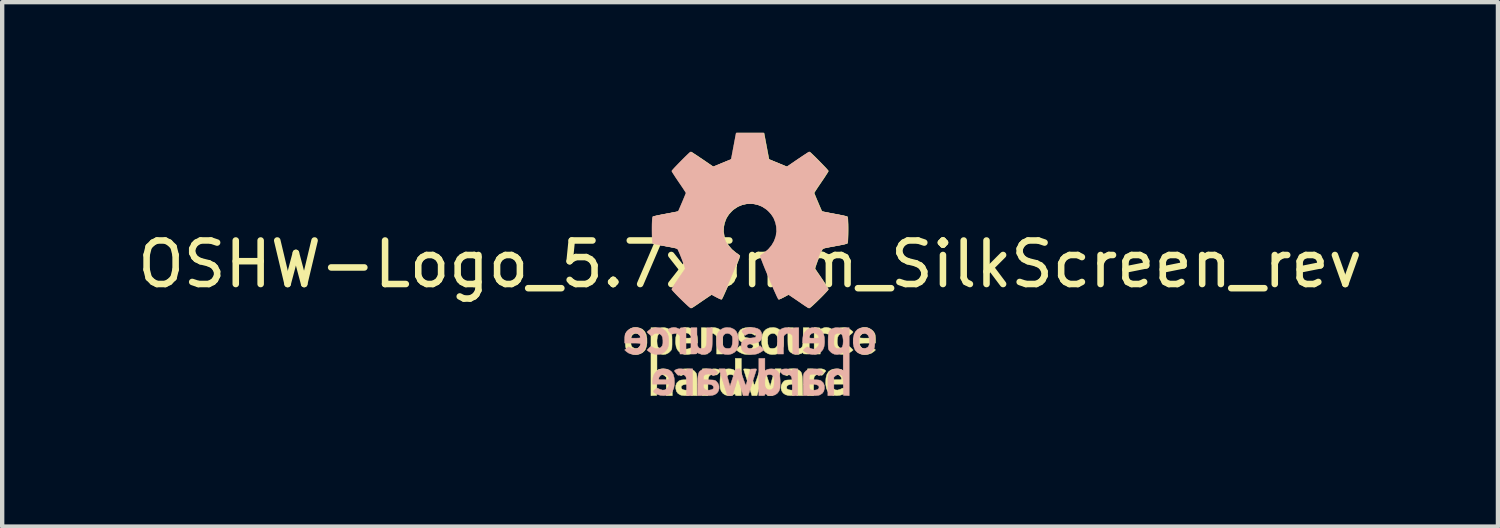
<source format=kicad_pcb>
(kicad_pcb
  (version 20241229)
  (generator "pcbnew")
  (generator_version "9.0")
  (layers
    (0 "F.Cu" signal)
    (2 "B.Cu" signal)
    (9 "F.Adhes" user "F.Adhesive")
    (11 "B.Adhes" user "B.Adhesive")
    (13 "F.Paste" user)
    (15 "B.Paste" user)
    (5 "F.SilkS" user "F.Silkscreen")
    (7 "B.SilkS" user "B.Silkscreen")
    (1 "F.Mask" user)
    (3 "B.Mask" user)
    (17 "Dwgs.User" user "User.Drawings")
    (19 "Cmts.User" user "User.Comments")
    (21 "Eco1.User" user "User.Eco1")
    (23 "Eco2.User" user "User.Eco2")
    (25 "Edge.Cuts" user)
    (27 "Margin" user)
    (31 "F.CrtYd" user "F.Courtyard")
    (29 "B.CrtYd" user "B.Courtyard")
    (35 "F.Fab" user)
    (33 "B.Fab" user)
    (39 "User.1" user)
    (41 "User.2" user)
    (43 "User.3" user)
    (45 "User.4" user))
  (footprint "OSHW-Logo_5.7x6mm_SilkScreen_rev"
    (layer "F.Cu")
    (at 14.173 3.017)
    (property "Reference" "OSHW-Logo_5.7x6mm_SilkScreen_rev" (at 0 0 0) (layer "F.SilkS") (effects (font (size 1 1) (thickness 0.15))))
    (attr exclude_from_pos_files exclude_from_bom)
    (fp_poly (pts (xy 1.799 1.458) (xy 1.843 1.471) (xy 1.871 1.488) (xy 1.88 1.501) (xy 1.877 1.517) (xy 1.861 1.541) (xy 1.847 1.559) (xy 1.819 1.59) (xy 1.798 1.604) (xy 1.78 1.603) (xy 1.726 1.589) (xy 1.687 1.59) (xy 1.655 1.605) (xy 1.644 1.614) (xy 1.61 1.646) (xy 1.61 2.062) (xy 1.471 2.062) (xy 1.471 1.459) (xy 1.54 1.459) (xy 1.582 1.46) (xy 1.603 1.466) (xy 1.61 1.477) (xy 1.61 1.478) (xy 1.612 1.49) (xy 1.626 1.488) (xy 1.644 1.48) (xy 1.682 1.464) (xy 1.713 1.454) (xy 1.753 1.451) (xy 1.799 1.458)) (stroke (width 0.01) (type solid)) (fill yes) (layer "F.SilkS"))
    (fp_poly (pts (xy 1.635 2.401) (xy 1.684 2.411) (xy 1.711 2.425) (xy 1.74 2.449) (xy 1.699 2.501) (xy 1.673 2.532) (xy 1.656 2.547) (xy 1.639 2.55) (xy 1.614 2.542) (xy 1.602 2.538) (xy 1.554 2.532) (xy 1.51 2.545) (xy 1.478 2.576) (xy 1.473 2.585) (xy 1.467 2.611) (xy 1.463 2.659) (xy 1.46 2.725) (xy 1.459 2.806) (xy 1.459 2.817) (xy 1.459 3.018) (xy 1.32 3.018) (xy 1.32 2.402) (xy 1.389 2.402) (xy 1.429 2.403) (xy 1.45 2.407) (xy 1.458 2.418) (xy 1.459 2.428) (xy 1.459 2.454) (xy 1.492 2.428) (xy 1.53 2.41) (xy 1.581 2.401) (xy 1.635 2.401)) (stroke (width 0.01) (type solid)) (fill yes) (layer "F.SilkS"))
    (fp_poly (pts (xy -0.993 2.403) (xy -0.975 2.409) (xy -0.968 2.421) (xy -0.968 2.427) (xy -0.967 2.442) (xy -0.96 2.445) (xy -0.939 2.434) (xy -0.927 2.427) (xy -0.889 2.411) (xy -0.844 2.403) (xy -0.797 2.403) (xy -0.752 2.409) (xy -0.716 2.42) (xy -0.693 2.436) (xy -0.688 2.456) (xy -0.69 2.462) (xy -0.707 2.485) (xy -0.733 2.513) (xy -0.738 2.517) (xy -0.762 2.538) (xy -0.784 2.545) (xy -0.814 2.54) (xy -0.826 2.537) (xy -0.863 2.529) (xy -0.889 2.533) (xy -0.911 2.545) (xy -0.931 2.561) (xy -0.946 2.581) (xy -0.956 2.609) (xy -0.963 2.648) (xy -0.967 2.704) (xy -0.968 2.779) (xy -0.968 2.824) (xy -0.968 3.018) (xy -1.094 3.018) (xy -1.094 2.402) (xy -1.031 2.402) (xy -0.993 2.403)) (stroke (width 0.01) (type solid)) (fill yes) (layer "F.SilkS"))
    (fp_poly (pts (xy 0.993 1.654) (xy 0.995 1.747) (xy 0.999 1.817) (xy 1.008 1.867) (xy 1.022 1.902) (xy 1.042 1.923) (xy 1.071 1.933) (xy 1.107 1.936) (xy 1.144 1.933) (xy 1.172 1.922) (xy 1.192 1.9) (xy 1.206 1.865) (xy 1.214 1.814) (xy 1.219 1.742) (xy 1.22 1.654) (xy 1.22 1.459) (xy 1.358 1.459) (xy 1.358 2.062) (xy 1.289 2.062) (xy 1.247 2.06) (xy 1.226 2.055) (xy 1.22 2.043) (xy 1.216 2.033) (xy 1.202 2.035) (xy 1.173 2.05) (xy 1.106 2.071) (xy 1.036 2.07) (xy 0.968 2.046) (xy 0.936 2.027) (xy 0.912 2.007) (xy 0.894 1.982) (xy 0.881 1.947) (xy 0.874 1.901) (xy 0.87 1.839) (xy 0.868 1.758) (xy 0.868 1.695) (xy 0.868 1.459) (xy 0.993 1.459) (xy 0.993 1.654)) (stroke (width 0.01) (type solid)) (fill yes) (layer "F.SilkS"))
    (fp_poly (pts (xy -0.754 1.469) (xy -0.723 1.484) (xy -0.692 1.506) (xy -0.669 1.53) (xy -0.652 1.562) (xy -0.641 1.604) (xy -0.634 1.66) (xy -0.63 1.734) (xy -0.629 1.829) (xy -0.629 1.839) (xy -0.629 2.062) (xy -0.767 2.062) (xy -0.767 1.856) (xy -0.767 1.78) (xy -0.768 1.725) (xy -0.77 1.687) (xy -0.773 1.661) (xy -0.779 1.643) (xy -0.788 1.63) (xy -0.8 1.618) (xy -0.843 1.59) (xy -0.89 1.585) (xy -0.934 1.602) (xy -0.95 1.615) (xy -0.961 1.627) (xy -0.969 1.641) (xy -0.975 1.659) (xy -0.978 1.686) (xy -0.98 1.726) (xy -0.981 1.784) (xy -0.981 1.854) (xy -0.981 2.062) (xy -1.119 2.062) (xy -1.119 1.459) (xy -1.05 1.459) (xy -1.008 1.46) (xy -0.987 1.466) (xy -0.981 1.477) (xy -0.981 1.478) (xy -0.978 1.489) (xy -0.965 1.488) (xy -0.94 1.475) (xy -0.883 1.457) (xy -0.817 1.455) (xy -0.754 1.469)) (stroke (width 0.01) (type solid)) (fill yes) (layer "F.SilkS"))
    (fp_poly (pts (xy 2.217 1.464) (xy 2.29 1.495) (xy 2.313 1.51) (xy 2.342 1.533) (xy 2.361 1.551) (xy 2.364 1.557) (xy 2.355 1.57) (xy 2.332 1.593) (xy 2.313 1.608) (xy 2.263 1.649) (xy 2.223 1.615) (xy 2.192 1.594) (xy 2.162 1.586) (xy 2.127 1.588) (xy 2.073 1.602) (xy 2.035 1.63) (xy 2.012 1.675) (xy 2.002 1.741) (xy 2.002 1.741) (xy 2.002 1.815) (xy 2.016 1.869) (xy 2.044 1.906) (xy 2.063 1.918) (xy 2.114 1.934) (xy 2.168 1.934) (xy 2.215 1.919) (xy 2.226 1.911) (xy 2.253 1.893) (xy 2.275 1.889) (xy 2.299 1.903) (xy 2.325 1.929) (xy 2.366 1.971) (xy 2.32 2.008) (xy 2.25 2.051) (xy 2.17 2.072) (xy 2.087 2.07) (xy 2.033 2.056) (xy 1.969 2.022) (xy 1.918 1.968) (xy 1.895 1.93) (xy 1.876 1.876) (xy 1.867 1.806) (xy 1.867 1.731) (xy 1.876 1.659) (xy 1.894 1.599) (xy 1.897 1.593) (xy 1.94 1.532) (xy 1.998 1.488) (xy 2.067 1.461) (xy 2.141 1.453) (xy 2.217 1.464)) (stroke (width 0.01) (type solid)) (fill yes) (layer "F.SilkS"))
    (fp_poly (pts (xy 0.611 1.466) (xy 0.674 1.501) (xy 0.724 1.555) (xy 0.748 1.6) (xy 0.758 1.639) (xy 0.764 1.695) (xy 0.767 1.76) (xy 0.766 1.824) (xy 0.761 1.881) (xy 0.755 1.912) (xy 0.734 1.953) (xy 0.698 1.997) (xy 0.656 2.036) (xy 0.613 2.061) (xy 0.612 2.061) (xy 0.56 2.072) (xy 0.497 2.073) (xy 0.438 2.063) (xy 0.415 2.055) (xy 0.356 2.021) (xy 0.314 1.978) (xy 0.286 1.92) (xy 0.271 1.844) (xy 0.267 1.804) (xy 0.268 1.754) (xy 0.402 1.754) (xy 0.407 1.827) (xy 0.42 1.882) (xy 0.441 1.918) (xy 0.456 1.928) (xy 0.493 1.935) (xy 0.539 1.933) (xy 0.577 1.923) (xy 0.588 1.917) (xy 0.615 1.885) (xy 0.632 1.835) (xy 0.64 1.774) (xy 0.636 1.708) (xy 0.628 1.669) (xy 0.604 1.624) (xy 0.567 1.595) (xy 0.522 1.586) (xy 0.475 1.596) (xy 0.439 1.621) (xy 0.42 1.642) (xy 0.409 1.662) (xy 0.404 1.69) (xy 0.402 1.733) (xy 0.402 1.754) (xy 0.268 1.754) (xy 0.268 1.698) (xy 0.285 1.611) (xy 0.319 1.543) (xy 0.369 1.494) (xy 0.435 1.464) (xy 0.45 1.46) (xy 0.535 1.452) (xy 0.611 1.466)) (stroke (width 0.01) (type solid)) (fill yes) (layer "F.SilkS"))
    (fp_poly (pts (xy 0.282 2.404) (xy 0.331 2.408) (xy 0.461 2.798) (xy 0.482 2.729) (xy 0.494 2.686) (xy 0.51 2.628) (xy 0.528 2.565) (xy 0.537 2.531) (xy 0.571 2.402) (xy 0.714 2.402) (xy 0.672 2.537) (xy 0.651 2.603) (xy 0.625 2.684) (xy 0.599 2.767) (xy 0.575 2.842) (xy 0.521 3.012) (xy 0.463 3.015) (xy 0.404 3.019) (xy 0.373 2.915) (xy 0.353 2.85) (xy 0.332 2.778) (xy 0.313 2.715) (xy 0.313 2.713) (xy 0.299 2.67) (xy 0.286 2.641) (xy 0.278 2.63) (xy 0.276 2.631) (xy 0.27 2.648) (xy 0.258 2.685) (xy 0.242 2.736) (xy 0.224 2.798) (xy 0.214 2.832) (xy 0.159 3.018) (xy 0.043 3.018) (xy -0.049 2.725) (xy -0.075 2.643) (xy -0.099 2.569) (xy -0.119 2.506) (xy -0.135 2.457) (xy -0.145 2.426) (xy -0.148 2.417) (xy -0.146 2.407) (xy -0.127 2.403) (xy -0.087 2.404) (xy -0.081 2.404) (xy -0.008 2.408) (xy 0.04 2.584) (xy 0.058 2.648) (xy 0.073 2.705) (xy 0.086 2.748) (xy 0.094 2.775) (xy 0.095 2.779) (xy 0.101 2.774) (xy 0.113 2.749) (xy 0.13 2.706) (xy 0.15 2.65) (xy 0.167 2.599) (xy 0.232 2.401) (xy 0.282 2.404)) (stroke (width 0.01) (type solid)) (fill yes) (layer "F.SilkS"))
    (fp_poly (pts (xy -2.538 1.465) (xy -2.472 1.494) (xy -2.423 1.543) (xy -2.388 1.611) (xy -2.37 1.699) (xy -2.369 1.712) (xy -2.368 1.809) (xy -2.381 1.894) (xy -2.408 1.962) (xy -2.423 1.984) (xy -2.473 2.031) (xy -2.538 2.061) (xy -2.61 2.074) (xy -2.683 2.067) (xy -2.739 2.048) (xy -2.787 2.015) (xy -2.826 1.971) (xy -2.827 1.97) (xy -2.843 1.943) (xy -2.853 1.916) (xy -2.86 1.882) (xy -2.863 1.834) (xy -2.865 1.795) (xy -2.866 1.759) (xy -2.74 1.759) (xy -2.739 1.795) (xy -2.734 1.842) (xy -2.726 1.872) (xy -2.712 1.894) (xy -2.699 1.907) (xy -2.652 1.933) (xy -2.603 1.937) (xy -2.557 1.918) (xy -2.534 1.896) (xy -2.517 1.875) (xy -2.507 1.854) (xy -2.503 1.828) (xy -2.503 1.788) (xy -2.504 1.751) (xy -2.507 1.698) (xy -2.512 1.664) (xy -2.52 1.641) (xy -2.533 1.624) (xy -2.544 1.615) (xy -2.589 1.589) (xy -2.637 1.588) (xy -2.678 1.603) (xy -2.713 1.635) (xy -2.733 1.687) (xy -2.74 1.759) (xy -2.866 1.759) (xy -2.866 1.717) (xy -2.864 1.658) (xy -2.856 1.614) (xy -2.843 1.579) (xy -2.822 1.549) (xy -2.814 1.539) (xy -2.766 1.494) (xy -2.714 1.467) (xy -2.651 1.456) (xy -2.62 1.455) (xy -2.538 1.465)) (stroke (width 0.01) (type solid)) (fill yes) (layer "F.SilkS"))
    (fp_poly (pts (xy -0.201 3.018) (xy -0.27 3.018) (xy -0.31 3.017) (xy -0.331 3.012) (xy -0.339 3.001) (xy -0.34 2.994) (xy -0.341 2.98) (xy -0.349 2.977) (xy -0.37 2.986) (xy -0.386 2.994) (xy -0.449 3.014) (xy -0.517 3.015) (xy -0.573 3) (xy -0.624 2.965) (xy -0.664 2.913) (xy -0.685 2.851) (xy -0.686 2.848) (xy -0.689 2.811) (xy -0.691 2.757) (xy -0.691 2.716) (xy -0.553 2.716) (xy -0.55 2.77) (xy -0.543 2.815) (xy -0.533 2.84) (xy -0.496 2.874) (xy -0.452 2.887) (xy -0.407 2.877) (xy -0.368 2.847) (xy -0.353 2.827) (xy -0.345 2.803) (xy -0.34 2.768) (xy -0.34 2.716) (xy -0.341 2.664) (xy -0.346 2.619) (xy -0.353 2.588) (xy -0.354 2.585) (xy -0.38 2.553) (xy -0.42 2.535) (xy -0.463 2.532) (xy -0.504 2.545) (xy -0.534 2.573) (xy -0.537 2.578) (xy -0.547 2.612) (xy -0.552 2.661) (xy -0.553 2.716) (xy -0.691 2.716) (xy -0.691 2.696) (xy -0.69 2.663) (xy -0.684 2.581) (xy -0.671 2.52) (xy -0.649 2.474) (xy -0.618 2.441) (xy -0.587 2.421) (xy -0.544 2.407) (xy -0.491 2.402) (xy -0.436 2.406) (xy -0.39 2.418) (xy -0.365 2.433) (xy -0.34 2.456) (xy -0.34 2.163) (xy -0.201 2.163) (xy -0.201 3.018)) (stroke (width 0.01) (type solid)) (fill yes) (layer "F.SilkS"))
    (fp_poly (pts (xy 2.678 1.456) (xy 2.71 1.464) (xy 2.772 1.493) (xy 2.825 1.537) (xy 2.861 1.589) (xy 2.866 1.601) (xy 2.873 1.632) (xy 2.878 1.677) (xy 2.88 1.723) (xy 2.88 1.811) (xy 2.697 1.811) (xy 2.622 1.811) (xy 2.569 1.813) (xy 2.535 1.817) (xy 2.518 1.826) (xy 2.514 1.84) (xy 2.521 1.86) (xy 2.533 1.884) (xy 2.566 1.925) (xy 2.612 1.945) (xy 2.669 1.944) (xy 2.733 1.922) (xy 2.788 1.895) (xy 2.834 1.932) (xy 2.88 1.968) (xy 2.837 2.008) (xy 2.779 2.046) (xy 2.708 2.068) (xy 2.632 2.075) (xy 2.558 2.063) (xy 2.546 2.059) (xy 2.481 2.026) (xy 2.433 1.975) (xy 2.4 1.906) (xy 2.382 1.818) (xy 2.382 1.816) (xy 2.381 1.72) (xy 2.387 1.686) (xy 2.515 1.686) (xy 2.527 1.691) (xy 2.558 1.695) (xy 2.605 1.697) (xy 2.635 1.698) (xy 2.691 1.697) (xy 2.725 1.696) (xy 2.744 1.692) (xy 2.75 1.685) (xy 2.748 1.674) (xy 2.747 1.669) (xy 2.724 1.627) (xy 2.689 1.594) (xy 2.658 1.579) (xy 2.616 1.58) (xy 2.574 1.598) (xy 2.539 1.629) (xy 2.518 1.666) (xy 2.515 1.686) (xy 2.387 1.686) (xy 2.397 1.635) (xy 2.429 1.564) (xy 2.475 1.509) (xy 2.533 1.471) (xy 2.601 1.453) (xy 2.678 1.456)) (stroke (width 0.01) (type solid)) (fill yes) (layer "F.SilkS"))
    (fp_poly (pts (xy 0.014 1.456) (xy 0.062 1.465) (xy 0.111 1.484) (xy 0.116 1.487) (xy 0.154 1.506) (xy 0.18 1.525) (xy 0.188 1.537) (xy 0.18 1.556) (xy 0.161 1.584) (xy 0.152 1.594) (xy 0.117 1.636) (xy 0.071 1.609) (xy 0.027 1.591) (xy -0.023 1.581) (xy -0.071 1.581) (xy -0.109 1.59) (xy -0.117 1.595) (xy -0.135 1.621) (xy -0.137 1.651) (xy -0.124 1.674) (xy -0.116 1.679) (xy -0.094 1.684) (xy -0.054 1.691) (xy -0.005 1.697) (xy 0.004 1.698) (xy 0.083 1.712) (xy 0.14 1.735) (xy 0.178 1.77) (xy 0.199 1.818) (xy 0.206 1.878) (xy 0.197 1.945) (xy 0.167 1.998) (xy 0.117 2.037) (xy 0.047 2.061) (xy -0.031 2.071) (xy -0.095 2.071) (xy -0.147 2.062) (xy -0.182 2.05) (xy -0.227 2.029) (xy -0.268 2.005) (xy -0.283 1.994) (xy -0.321 1.963) (xy -0.275 1.917) (xy -0.23 1.871) (xy -0.178 1.905) (xy -0.126 1.931) (xy -0.071 1.944) (xy -0.017 1.946) (xy 0.028 1.935) (xy 0.06 1.914) (xy 0.07 1.895) (xy 0.069 1.865) (xy 0.043 1.843) (xy -0.007 1.827) (xy -0.061 1.82) (xy -0.145 1.806) (xy -0.207 1.78) (xy -0.248 1.741) (xy -0.27 1.688) (xy -0.273 1.625) (xy -0.258 1.56) (xy -0.225 1.51) (xy -0.171 1.476) (xy -0.099 1.458) (xy -0.045 1.455) (xy 0.014 1.456)) (stroke (width 0.01) (type solid)) (fill yes) (layer "F.SilkS"))
    (fp_poly (pts (xy 2.033 2.405) (xy 2.093 2.421) (xy 2.143 2.453) (xy 2.167 2.477) (xy 2.207 2.534) (xy 2.23 2.6) (xy 2.238 2.681) (xy 2.238 2.688) (xy 2.238 2.754) (xy 1.858 2.754) (xy 1.866 2.788) (xy 1.881 2.82) (xy 1.907 2.852) (xy 1.912 2.857) (xy 1.958 2.886) (xy 2.01 2.89) (xy 2.071 2.872) (xy 2.081 2.867) (xy 2.112 2.852) (xy 2.133 2.843) (xy 2.137 2.842) (xy 2.15 2.85) (xy 2.174 2.869) (xy 2.187 2.879) (xy 2.212 2.903) (xy 2.221 2.919) (xy 2.215 2.934) (xy 2.212 2.938) (xy 2.191 2.955) (xy 2.156 2.976) (xy 2.131 2.988) (xy 2.062 3.01) (xy 1.985 3.017) (xy 1.913 3.009) (xy 1.892 3.003) (xy 1.829 2.969) (xy 1.783 2.917) (xy 1.752 2.846) (xy 1.737 2.757) (xy 1.736 2.71) (xy 1.74 2.641) (xy 1.861 2.641) (xy 1.873 2.646) (xy 1.904 2.65) (xy 1.95 2.653) (xy 1.98 2.653) (xy 2.036 2.653) (xy 2.071 2.651) (xy 2.09 2.647) (xy 2.098 2.639) (xy 2.1 2.628) (xy 2.089 2.594) (xy 2.062 2.561) (xy 2.026 2.535) (xy 1.991 2.525) (xy 1.942 2.534) (xy 1.9 2.561) (xy 1.871 2.6) (xy 1.861 2.641) (xy 1.74 2.641) (xy 1.743 2.61) (xy 1.764 2.531) (xy 1.8 2.471) (xy 1.852 2.431) (xy 1.92 2.408) (xy 1.957 2.404) (xy 2.033 2.405)) (stroke (width 0.01) (type solid)) (fill yes) (layer "F.SilkS"))
    (fp_poly (pts (xy -1.357 1.473) (xy -1.344 1.479) (xy -1.301 1.51) (xy -1.26 1.557) (xy -1.229 1.608) (xy -1.22 1.631) (xy -1.213 1.673) (xy -1.208 1.724) (xy -1.207 1.745) (xy -1.207 1.811) (xy -1.587 1.811) (xy -1.579 1.845) (xy -1.559 1.886) (xy -1.524 1.922) (xy -1.483 1.944) (xy -1.457 1.949) (xy -1.421 1.943) (xy -1.378 1.929) (xy -1.364 1.922) (xy -1.31 1.896) (xy -1.265 1.93) (xy -1.238 1.954) (xy -1.224 1.973) (xy -1.223 1.979) (xy -1.236 1.993) (xy -1.263 2.014) (xy -1.288 2.03) (xy -1.356 2.06) (xy -1.431 2.073) (xy -1.506 2.07) (xy -1.565 2.052) (xy -1.627 2.013) (xy -1.671 1.962) (xy -1.698 1.895) (xy -1.71 1.811) (xy -1.711 1.773) (xy -1.707 1.685) (xy -1.706 1.682) (xy -1.581 1.682) (xy -1.577 1.691) (xy -1.563 1.695) (xy -1.533 1.697) (xy -1.485 1.698) (xy -1.466 1.698) (xy -1.408 1.697) (xy -1.372 1.694) (xy -1.353 1.689) (xy -1.346 1.681) (xy -1.345 1.679) (xy -1.353 1.658) (xy -1.373 1.63) (xy -1.382 1.62) (xy -1.413 1.591) (xy -1.446 1.58) (xy -1.464 1.579) (xy -1.512 1.591) (xy -1.552 1.622) (xy -1.577 1.668) (xy -1.578 1.669) (xy -1.581 1.682) (xy -1.706 1.682) (xy -1.692 1.616) (xy -1.666 1.56) (xy -1.634 1.521) (xy -1.574 1.478) (xy -1.504 1.455) (xy -1.43 1.453) (xy -1.357 1.473)) (stroke (width 0.01) (type solid)) (fill yes) (layer "F.SilkS"))
    (fp_poly (pts (xy 1.038 2.405) (xy 1.091 2.418) (xy 1.107 2.425) (xy 1.136 2.443) (xy 1.159 2.463) (xy 1.176 2.489) (xy 1.188 2.524) (xy 1.196 2.572) (xy 1.201 2.636) (xy 1.204 2.72) (xy 1.205 2.776) (xy 1.209 3.018) (xy 1.139 3.018) (xy 1.096 3.016) (xy 1.074 3.01) (xy 1.069 3) (xy 1.066 2.989) (xy 1.052 2.991) (xy 1.034 3) (xy 0.989 3.013) (xy 0.93 3.017) (xy 0.868 3.011) (xy 0.814 2.996) (xy 0.809 2.993) (xy 0.759 2.958) (xy 0.726 2.909) (xy 0.711 2.852) (xy 0.712 2.832) (xy 0.836 2.832) (xy 0.846 2.859) (xy 0.879 2.879) (xy 0.931 2.89) (xy 0.959 2.891) (xy 1.005 2.888) (xy 1.036 2.874) (xy 1.044 2.867) (xy 1.064 2.831) (xy 1.069 2.798) (xy 1.069 2.754) (xy 1.008 2.754) (xy 0.936 2.757) (xy 0.886 2.769) (xy 0.855 2.789) (xy 0.848 2.798) (xy 0.836 2.832) (xy 0.712 2.832) (xy 0.714 2.792) (xy 0.737 2.735) (xy 0.768 2.697) (xy 0.786 2.68) (xy 0.805 2.669) (xy 0.829 2.662) (xy 0.864 2.658) (xy 0.917 2.656) (xy 0.938 2.655) (xy 1.069 2.651) (xy 1.069 2.611) (xy 1.064 2.569) (xy 1.045 2.544) (xy 1.008 2.528) (xy 1.007 2.528) (xy 0.954 2.521) (xy 0.903 2.53) (xy 0.865 2.55) (xy 0.849 2.56) (xy 0.833 2.558) (xy 0.807 2.544) (xy 0.792 2.534) (xy 0.763 2.512) (xy 0.745 2.496) (xy 0.742 2.491) (xy 0.754 2.467) (xy 0.789 2.438) (xy 0.805 2.428) (xy 0.849 2.412) (xy 0.908 2.402) (xy 0.974 2.4) (xy 1.038 2.405)) (stroke (width 0.01) (type solid)) (fill yes) (layer "F.SilkS"))
    (fp_poly (pts (xy -1.384 2.407) (xy -1.325 2.422) (xy -1.28 2.451) (xy -1.248 2.488) (xy -1.238 2.504) (xy -1.231 2.521) (xy -1.226 2.543) (xy -1.223 2.573) (xy -1.221 2.615) (xy -1.22 2.674) (xy -1.22 2.753) (xy -1.22 2.774) (xy -1.22 3.018) (xy -1.28 3.018) (xy -1.319 3.015) (xy -1.347 3.008) (xy -1.354 3.004) (xy -1.374 2.997) (xy -1.394 3.004) (xy -1.426 3.013) (xy -1.474 3.017) (xy -1.527 3.015) (xy -1.575 3.009) (xy -1.603 3) (xy -1.658 2.965) (xy -1.692 2.916) (xy -1.707 2.852) (xy -1.707 2.85) (xy -1.706 2.822) (xy -1.584 2.822) (xy -1.574 2.854) (xy -1.556 2.873) (xy -1.522 2.886) (xy -1.476 2.892) (xy -1.429 2.889) (xy -1.392 2.878) (xy -1.381 2.871) (xy -1.363 2.839) (xy -1.358 2.802) (xy -1.358 2.754) (xy -1.428 2.754) (xy -1.494 2.759) (xy -1.544 2.773) (xy -1.575 2.796) (xy -1.584 2.822) (xy -1.706 2.822) (xy -1.704 2.78) (xy -1.681 2.724) (xy -1.637 2.682) (xy -1.631 2.678) (xy -1.605 2.665) (xy -1.573 2.658) (xy -1.528 2.654) (xy -1.474 2.653) (xy -1.358 2.653) (xy -1.358 2.604) (xy -1.363 2.567) (xy -1.376 2.541) (xy -1.377 2.54) (xy -1.405 2.529) (xy -1.447 2.525) (xy -1.494 2.527) (xy -1.535 2.535) (xy -1.56 2.547) (xy -1.573 2.557) (xy -1.587 2.559) (xy -1.607 2.551) (xy -1.636 2.531) (xy -1.68 2.497) (xy -1.684 2.494) (xy -1.682 2.482) (xy -1.665 2.463) (xy -1.638 2.441) (xy -1.61 2.423) (xy -1.6 2.419) (xy -1.567 2.41) (xy -1.519 2.404) (xy -1.465 2.402) (xy -1.462 2.402) (xy -1.384 2.407)) (stroke (width 0.01) (type solid)) (fill yes) (layer "F.SilkS"))
    (fp_poly (pts (xy -1.909 1.469) (xy -1.882 1.482) (xy -1.85 1.505) (xy -1.826 1.53) (xy -1.809 1.561) (xy -1.799 1.603) (xy -1.794 1.66) (xy -1.792 1.736) (xy -1.792 1.769) (xy -1.792 1.841) (xy -1.794 1.892) (xy -1.796 1.927) (xy -1.802 1.952) (xy -1.81 1.97) (xy -1.818 1.982) (xy -1.87 2.034) (xy -1.932 2.065) (xy -1.999 2.075) (xy -2.066 2.061) (xy -2.087 2.051) (xy -2.138 2.025) (xy -2.138 2.44) (xy -2.101 2.421) (xy -2.052 2.406) (xy -1.992 2.402) (xy -1.932 2.409) (xy -1.886 2.425) (xy -1.849 2.455) (xy -1.817 2.498) (xy -1.814 2.502) (xy -1.804 2.523) (xy -1.797 2.544) (xy -1.791 2.57) (xy -1.788 2.604) (xy -1.786 2.651) (xy -1.786 2.715) (xy -1.786 2.787) (xy -1.786 3.018) (xy -1.924 3.018) (xy -1.924 2.593) (xy -1.963 2.56) (xy -2.003 2.534) (xy -2.041 2.529) (xy -2.079 2.541) (xy -2.099 2.553) (xy -2.115 2.57) (xy -2.125 2.596) (xy -2.133 2.634) (xy -2.137 2.688) (xy -2.14 2.761) (xy -2.141 2.81) (xy -2.144 3.012) (xy -2.21 3.015) (xy -2.276 3.019) (xy -2.276 1.771) (xy -2.138 1.771) (xy -2.134 1.84) (xy -2.122 1.889) (xy -2.1 1.919) (xy -2.066 1.933) (xy -2.031 1.936) (xy -1.991 1.933) (xy -1.965 1.92) (xy -1.949 1.902) (xy -1.936 1.883) (xy -1.928 1.862) (xy -1.925 1.832) (xy -1.925 1.787) (xy -1.926 1.75) (xy -1.929 1.694) (xy -1.932 1.657) (xy -1.939 1.633) (xy -1.95 1.617) (xy -1.96 1.608) (xy -2.002 1.589) (xy -2.052 1.585) (xy -2.08 1.592) (xy -2.109 1.616) (xy -2.128 1.664) (xy -2.137 1.734) (xy -2.138 1.771) (xy -2.276 1.771) (xy -2.276 1.459) (xy -2.207 1.459) (xy -2.165 1.46) (xy -2.144 1.466) (xy -2.138 1.477) (xy -2.138 1.478) (xy -2.135 1.489) (xy -2.122 1.488) (xy -2.097 1.475) (xy -2.038 1.457) (xy -1.972 1.455) (xy -1.909 1.469)) (stroke (width 0.01) (type solid)) (fill yes) (layer "F.SilkS"))
    (fp_poly (pts (xy 0.377 -2.71) (xy 0.434 -2.408) (xy 0.853 -2.235) (xy 1.105 -2.407) (xy 1.175 -2.454) (xy 1.239 -2.497) (xy 1.293 -2.532) (xy 1.334 -2.559) (xy 1.36 -2.574) (xy 1.367 -2.578) (xy 1.379 -2.569) (xy 1.406 -2.545) (xy 1.444 -2.509) (xy 1.491 -2.464) (xy 1.542 -2.413) (xy 1.596 -2.358) (xy 1.649 -2.304) (xy 1.698 -2.253) (xy 1.741 -2.208) (xy 1.773 -2.172) (xy 1.793 -2.148) (xy 1.798 -2.14) (xy 1.791 -2.125) (xy 1.772 -2.093) (xy 1.742 -2.047) (xy 1.705 -1.989) (xy 1.66 -1.923) (xy 1.635 -1.886) (xy 1.588 -1.817) (xy 1.546 -1.755) (xy 1.512 -1.703) (xy 1.487 -1.664) (xy 1.473 -1.641) (xy 1.471 -1.636) (xy 1.476 -1.622) (xy 1.489 -1.59) (xy 1.508 -1.544) (xy 1.531 -1.488) (xy 1.557 -1.427) (xy 1.583 -1.366) (xy 1.607 -1.31) (xy 1.628 -1.262) (xy 1.643 -1.228) (xy 1.651 -1.211) (xy 1.652 -1.211) (xy 1.665 -1.208) (xy 1.699 -1.201) (xy 1.75 -1.191) (xy 1.816 -1.178) (xy 1.893 -1.163) (xy 1.937 -1.155) (xy 2.019 -1.14) (xy 2.093 -1.125) (xy 2.155 -1.112) (xy 2.202 -1.101) (xy 2.23 -1.093) (xy 2.235 -1.091) (xy 2.241 -1.074) (xy 2.245 -1.037) (xy 2.248 -0.983) (xy 2.251 -0.917) (xy 2.252 -0.844) (xy 2.252 -0.767) (xy 2.251 -0.691) (xy 2.249 -0.621) (xy 2.246 -0.56) (xy 2.243 -0.514) (xy 2.238 -0.486) (xy 2.235 -0.48) (xy 2.217 -0.473) (xy 2.179 -0.463) (xy 2.127 -0.451) (xy 2.065 -0.439) (xy 2.043 -0.435) (xy 1.938 -0.415) (xy 1.855 -0.4) (xy 1.792 -0.388) (xy 1.745 -0.378) (xy 1.711 -0.37) (xy 1.689 -0.363) (xy 1.676 -0.357) (xy 1.667 -0.351) (xy 1.666 -0.35) (xy 1.655 -0.331) (xy 1.638 -0.294) (xy 1.616 -0.244) (xy 1.592 -0.185) (xy 1.567 -0.121) (xy 1.543 -0.058) (xy 1.522 0.001) (xy 1.505 0.05) (xy 1.494 0.086) (xy 1.492 0.104) (xy 1.492 0.104) (xy 1.501 0.119) (xy 1.523 0.151) (xy 1.554 0.197) (xy 1.593 0.253) (xy 1.637 0.318) (xy 1.649 0.336) (xy 1.694 0.402) (xy 1.733 0.462) (xy 1.765 0.513) (xy 1.787 0.552) (xy 1.798 0.574) (xy 1.798 0.576) (xy 1.789 0.591) (xy 1.765 0.619) (xy 1.729 0.658) (xy 1.683 0.706) (xy 1.632 0.758) (xy 1.577 0.812) (xy 1.523 0.865) (xy 1.472 0.913) (xy 1.427 0.955) (xy 1.391 0.985) (xy 1.368 1.003) (xy 1.362 1.006) (xy 1.347 0.999) (xy 1.316 0.981) (xy 1.275 0.954) (xy 1.244 0.933) (xy 1.187 0.894) (xy 1.119 0.847) (xy 1.051 0.801) (xy 1.014 0.776) (xy 0.891 0.693) (xy 0.787 0.749) (xy 0.74 0.773) (xy 0.7 0.792) (xy 0.672 0.803) (xy 0.665 0.805) (xy 0.657 0.794) (xy 0.641 0.762) (xy 0.617 0.713) (xy 0.588 0.649) (xy 0.555 0.574) (xy 0.518 0.489) (xy 0.48 0.399) (xy 0.441 0.306) (xy 0.402 0.213) (xy 0.365 0.123) (xy 0.331 0.039) (xy 0.301 -0.037) (xy 0.276 -0.1) (xy 0.258 -0.15) (xy 0.248 -0.182) (xy 0.246 -0.193) (xy 0.259 -0.206) (xy 0.288 -0.229) (xy 0.325 -0.256) (xy 0.329 -0.258) (xy 0.426 -0.336) (xy 0.505 -0.427) (xy 0.564 -0.528) (xy 0.603 -0.637) (xy 0.621 -0.749) (xy 0.617 -0.863) (xy 0.591 -0.976) (xy 0.542 -1.084) (xy 0.527 -1.108) (xy 0.452 -1.203) (xy 0.364 -1.28) (xy 0.265 -1.337) (xy 0.158 -1.375) (xy 0.047 -1.393) (xy -0.066 -1.39) (xy -0.176 -1.367) (xy -0.282 -1.322) (xy -0.38 -1.256) (xy -0.41 -1.23) (xy -0.488 -1.145) (xy -0.544 -1.057) (xy -0.582 -0.958) (xy -0.604 -0.86) (xy -0.609 -0.749) (xy -0.591 -0.638) (xy -0.553 -0.531) (xy -0.494 -0.43) (xy -0.418 -0.34) (xy -0.327 -0.264) (xy -0.315 -0.256) (xy -0.277 -0.23) (xy -0.248 -0.207) (xy -0.234 -0.193) (xy -0.234 -0.193) (xy -0.237 -0.177) (xy -0.248 -0.141) (xy -0.268 -0.089) (xy -0.293 -0.023) (xy -0.324 0.055) (xy -0.359 0.14) (xy -0.397 0.231) (xy -0.436 0.325) (xy -0.475 0.417) (xy -0.513 0.506) (xy -0.549 0.589) (xy -0.582 0.662) (xy -0.61 0.724) (xy -0.632 0.77) (xy -0.647 0.797) (xy -0.653 0.805) (xy -0.671 0.799) (xy -0.706 0.784) (xy -0.75 0.762) (xy -0.774 0.749) (xy -0.878 0.693) (xy -1.002 0.776) (xy -1.065 0.819) (xy -1.134 0.866) (xy -1.199 0.911) (xy -1.231 0.933) (xy -1.277 0.963) (xy -1.315 0.988) (xy -1.342 1.003) (xy -1.351 1.006) (xy -1.363 0.997) (xy -1.391 0.974) (xy -1.431 0.937) (xy -1.482 0.891) (xy -1.539 0.836) (xy -1.575 0.801) (xy -1.639 0.739) (xy -1.694 0.683) (xy -1.738 0.636) (xy -1.769 0.601) (xy -1.784 0.579) (xy -1.786 0.575) (xy -1.779 0.558) (xy -1.76 0.524) (xy -1.73 0.476) (xy -1.693 0.419) (xy -1.649 0.354) (xy -1.637 0.336) (xy -1.592 0.27) (xy -1.551 0.211) (xy -1.518 0.162) (xy -1.493 0.126) (xy -1.481 0.107) (xy -1.479 0.104) (xy -1.481 0.089) (xy -1.491 0.055) (xy -1.507 0.006) (xy -1.528 -0.052) (xy -1.552 -0.115) (xy -1.577 -0.178) (xy -1.601 -0.238) (xy -1.623 -0.29) (xy -1.641 -0.328) (xy -1.653 -0.349) (xy -1.654 -0.35) (xy -1.661 -0.356) (xy -1.674 -0.362) (xy -1.694 -0.369) (xy -1.725 -0.376) (xy -1.769 -0.386) (xy -1.829 -0.397) (xy -1.908 -0.412) (xy -2.009 -0.431) (xy -2.03 -0.435) (xy -2.095 -0.447) (xy -2.151 -0.459) (xy -2.194 -0.47) (xy -2.219 -0.478) (xy -2.222 -0.48) (xy -2.228 -0.497) (xy -2.232 -0.534) (xy -2.235 -0.588) (xy -2.238 -0.654) (xy -2.239 -0.728) (xy -2.239 -0.804) (xy -2.239 -0.88) (xy -2.237 -0.95) (xy -2.234 -1.011) (xy -2.23 -1.057) (xy -2.225 -1.085) (xy -2.223 -1.091) (xy -2.206 -1.096) (xy -2.169 -1.106) (xy -2.114 -1.118) (xy -2.045 -1.132) (xy -1.967 -1.147) (xy -1.925 -1.155) (xy -1.844 -1.17) (xy -1.772 -1.184) (xy -1.712 -1.196) (xy -1.668 -1.204) (xy -1.643 -1.21) (xy -1.639 -1.211) (xy -1.633 -1.224) (xy -1.618 -1.256) (xy -1.598 -1.302) (xy -1.574 -1.358) (xy -1.548 -1.418) (xy -1.522 -1.479) (xy -1.498 -1.536) (xy -1.479 -1.584) (xy -1.465 -1.619) (xy -1.459 -1.636) (xy -1.459 -1.637) (xy -1.465 -1.65) (xy -1.485 -1.681) (xy -1.514 -1.727) (xy -1.552 -1.784) (xy -1.596 -1.849) (xy -1.622 -1.886) (xy -1.669 -1.955) (xy -1.71 -2.017) (xy -1.745 -2.07) (xy -1.77 -2.11) (xy -1.784 -2.135) (xy -1.786 -2.14) (xy -1.777 -2.153) (xy -1.754 -2.18) (xy -1.718 -2.219) (xy -1.673 -2.266) (xy -1.623 -2.318) (xy -1.569 -2.373) (xy -1.516 -2.426) (xy -1.465 -2.476) (xy -1.421 -2.519) (xy -1.385 -2.553) (xy -1.362 -2.573) (xy -1.354 -2.578) (xy -1.341 -2.571) (xy -1.311 -2.552) (xy -1.265 -2.522) (xy -1.208 -2.485) (xy -1.142 -2.44) (xy -1.092 -2.407) (xy -0.841 -2.235) (xy -0.631 -2.322) (xy -0.421 -2.408) (xy -0.364 -2.71) (xy -0.308 -3.012) (xy 0.32 -3.012) (xy 0.377 -2.71)) (stroke (width 0.01) (type solid)) (fill yes) (layer "F.SilkS"))
    (fp_poly (pts (xy -1.799 1.458) (xy -1.843 1.471) (xy -1.871 1.488) (xy -1.88 1.501) (xy -1.877 1.517) (xy -1.861 1.541) (xy -1.847 1.559) (xy -1.819 1.59) (xy -1.798 1.604) (xy -1.78 1.603) (xy -1.726 1.589) (xy -1.687 1.59) (xy -1.655 1.605) (xy -1.644 1.614) (xy -1.61 1.646) (xy -1.61 2.062) (xy -1.471 2.062) (xy -1.471 1.459) (xy -1.54 1.459) (xy -1.582 1.46) (xy -1.603 1.466) (xy -1.61 1.477) (xy -1.61 1.478) (xy -1.612 1.49) (xy -1.626 1.488) (xy -1.644 1.48) (xy -1.682 1.464) (xy -1.713 1.454) (xy -1.753 1.451) (xy -1.799 1.458)) (stroke (width 0.01) (type solid)) (fill yes) (layer "B.SilkS"))
    (fp_poly (pts (xy -1.635 2.401) (xy -1.684 2.411) (xy -1.711 2.425) (xy -1.74 2.449) (xy -1.699 2.501) (xy -1.673 2.532) (xy -1.656 2.547) (xy -1.639 2.55) (xy -1.614 2.542) (xy -1.602 2.538) (xy -1.554 2.532) (xy -1.51 2.545) (xy -1.478 2.576) (xy -1.473 2.585) (xy -1.467 2.611) (xy -1.463 2.659) (xy -1.46 2.725) (xy -1.459 2.806) (xy -1.459 2.817) (xy -1.459 3.018) (xy -1.32 3.018) (xy -1.32 2.402) (xy -1.389 2.402) (xy -1.429 2.403) (xy -1.45 2.407) (xy -1.458 2.418) (xy -1.459 2.428) (xy -1.459 2.454) (xy -1.492 2.428) (xy -1.53 2.41) (xy -1.581 2.401) (xy -1.635 2.401)) (stroke (width 0.01) (type solid)) (fill yes) (layer "B.SilkS"))
    (fp_poly (pts (xy 0.993 2.403) (xy 0.975 2.409) (xy 0.968 2.421) (xy 0.968 2.427) (xy 0.967 2.442) (xy 0.96 2.445) (xy 0.939 2.434) (xy 0.927 2.427) (xy 0.889 2.411) (xy 0.844 2.403) (xy 0.797 2.403) (xy 0.752 2.409) (xy 0.716 2.42) (xy 0.693 2.436) (xy 0.688 2.456) (xy 0.69 2.462) (xy 0.707 2.485) (xy 0.733 2.513) (xy 0.738 2.517) (xy 0.762 2.538) (xy 0.784 2.545) (xy 0.814 2.54) (xy 0.826 2.537) (xy 0.863 2.529) (xy 0.889 2.533) (xy 0.911 2.545) (xy 0.931 2.561) (xy 0.946 2.581) (xy 0.956 2.609) (xy 0.963 2.648) (xy 0.967 2.704) (xy 0.968 2.779) (xy 0.968 2.824) (xy 0.968 3.018) (xy 1.094 3.018) (xy 1.094 2.402) (xy 1.031 2.402) (xy 0.993 2.403)) (stroke (width 0.01) (type solid)) (fill yes) (layer "B.SilkS"))
    (fp_poly (pts (xy -0.993 1.654) (xy -0.995 1.747) (xy -0.999 1.817) (xy -1.008 1.867) (xy -1.022 1.902) (xy -1.042 1.923) (xy -1.071 1.933) (xy -1.107 1.936) (xy -1.144 1.933) (xy -1.172 1.922) (xy -1.192 1.9) (xy -1.206 1.865) (xy -1.214 1.814) (xy -1.219 1.742) (xy -1.22 1.654) (xy -1.22 1.459) (xy -1.358 1.459) (xy -1.358 2.062) (xy -1.289 2.062) (xy -1.247 2.06) (xy -1.226 2.055) (xy -1.22 2.043) (xy -1.216 2.033) (xy -1.202 2.035) (xy -1.173 2.05) (xy -1.106 2.071) (xy -1.036 2.07) (xy -0.968 2.046) (xy -0.936 2.027) (xy -0.912 2.007) (xy -0.894 1.982) (xy -0.881 1.947) (xy -0.874 1.901) (xy -0.87 1.839) (xy -0.868 1.758) (xy -0.868 1.695) (xy -0.868 1.459) (xy -0.993 1.459) (xy -0.993 1.654)) (stroke (width 0.01) (type solid)) (fill yes) (layer "B.SilkS"))
    (fp_poly (pts (xy 0.754 1.469) (xy 0.723 1.484) (xy 0.692 1.506) (xy 0.669 1.53) (xy 0.652 1.562) (xy 0.641 1.604) (xy 0.634 1.66) (xy 0.63 1.734) (xy 0.629 1.829) (xy 0.629 1.839) (xy 0.629 2.062) (xy 0.767 2.062) (xy 0.767 1.856) (xy 0.767 1.78) (xy 0.768 1.725) (xy 0.77 1.687) (xy 0.773 1.661) (xy 0.779 1.643) (xy 0.788 1.63) (xy 0.8 1.618) (xy 0.843 1.59) (xy 0.89 1.585) (xy 0.934 1.602) (xy 0.95 1.615) (xy 0.961 1.627) (xy 0.969 1.641) (xy 0.975 1.659) (xy 0.978 1.686) (xy 0.98 1.726) (xy 0.981 1.784) (xy 0.981 1.854) (xy 0.981 2.062) (xy 1.119 2.062) (xy 1.119 1.459) (xy 1.05 1.459) (xy 1.008 1.46) (xy 0.987 1.466) (xy 0.981 1.477) (xy 0.981 1.478) (xy 0.978 1.489) (xy 0.965 1.488) (xy 0.94 1.475) (xy 0.883 1.457) (xy 0.817 1.455) (xy 0.754 1.469)) (stroke (width 0.01) (type solid)) (fill yes) (layer "B.SilkS"))
    (fp_poly (pts (xy -2.217 1.464) (xy -2.29 1.495) (xy -2.313 1.51) (xy -2.342 1.533) (xy -2.361 1.551) (xy -2.364 1.557) (xy -2.355 1.57) (xy -2.332 1.593) (xy -2.313 1.608) (xy -2.263 1.649) (xy -2.223 1.615) (xy -2.192 1.594) (xy -2.162 1.586) (xy -2.127 1.588) (xy -2.073 1.602) (xy -2.035 1.63) (xy -2.012 1.675) (xy -2.002 1.741) (xy -2.002 1.741) (xy -2.002 1.815) (xy -2.016 1.869) (xy -2.044 1.906) (xy -2.063 1.918) (xy -2.114 1.934) (xy -2.168 1.934) (xy -2.215 1.919) (xy -2.226 1.911) (xy -2.253 1.893) (xy -2.275 1.889) (xy -2.299 1.903) (xy -2.325 1.929) (xy -2.366 1.971) (xy -2.32 2.008) (xy -2.25 2.051) (xy -2.17 2.072) (xy -2.087 2.07) (xy -2.033 2.056) (xy -1.969 2.022) (xy -1.918 1.968) (xy -1.895 1.93) (xy -1.876 1.876) (xy -1.867 1.806) (xy -1.867 1.731) (xy -1.876 1.659) (xy -1.894 1.599) (xy -1.897 1.593) (xy -1.94 1.532) (xy -1.998 1.488) (xy -2.067 1.461) (xy -2.141 1.453) (xy -2.217 1.464)) (stroke (width 0.01) (type solid)) (fill yes) (layer "B.SilkS"))
    (fp_poly (pts (xy -0.611 1.466) (xy -0.674 1.501) (xy -0.724 1.555) (xy -0.748 1.6) (xy -0.758 1.639) (xy -0.764 1.695) (xy -0.767 1.76) (xy -0.766 1.824) (xy -0.761 1.881) (xy -0.755 1.912) (xy -0.734 1.953) (xy -0.698 1.997) (xy -0.656 2.036) (xy -0.613 2.061) (xy -0.612 2.061) (xy -0.56 2.072) (xy -0.497 2.073) (xy -0.438 2.063) (xy -0.415 2.055) (xy -0.356 2.021) (xy -0.314 1.978) (xy -0.286 1.92) (xy -0.271 1.844) (xy -0.267 1.804) (xy -0.268 1.754) (xy -0.402 1.754) (xy -0.407 1.827) (xy -0.42 1.882) (xy -0.441 1.918) (xy -0.456 1.928) (xy -0.493 1.935) (xy -0.539 1.933) (xy -0.577 1.923) (xy -0.588 1.917) (xy -0.615 1.885) (xy -0.632 1.835) (xy -0.64 1.774) (xy -0.636 1.708) (xy -0.628 1.669) (xy -0.604 1.624) (xy -0.567 1.595) (xy -0.522 1.586) (xy -0.475 1.596) (xy -0.439 1.621) (xy -0.42 1.642) (xy -0.409 1.662) (xy -0.404 1.69) (xy -0.402 1.733) (xy -0.402 1.754) (xy -0.268 1.754) (xy -0.268 1.698) (xy -0.285 1.611) (xy -0.319 1.543) (xy -0.369 1.494) (xy -0.435 1.464) (xy -0.45 1.46) (xy -0.535 1.452) (xy -0.611 1.466)) (stroke (width 0.01) (type solid)) (fill yes) (layer "B.SilkS"))
    (fp_poly (pts (xy -0.282 2.404) (xy -0.331 2.408) (xy -0.461 2.798) (xy -0.482 2.729) (xy -0.494 2.686) (xy -0.51 2.628) (xy -0.528 2.565) (xy -0.537 2.531) (xy -0.571 2.402) (xy -0.714 2.402) (xy -0.672 2.537) (xy -0.651 2.603) (xy -0.625 2.684) (xy -0.599 2.767) (xy -0.575 2.842) (xy -0.521 3.012) (xy -0.463 3.015) (xy -0.404 3.019) (xy -0.373 2.915) (xy -0.353 2.85) (xy -0.332 2.778) (xy -0.313 2.715) (xy -0.313 2.713) (xy -0.299 2.67) (xy -0.286 2.641) (xy -0.278 2.63) (xy -0.276 2.631) (xy -0.27 2.648) (xy -0.258 2.685) (xy -0.242 2.736) (xy -0.224 2.798) (xy -0.214 2.832) (xy -0.159 3.018) (xy -0.043 3.018) (xy 0.049 2.725) (xy 0.075 2.643) (xy 0.099 2.569) (xy 0.119 2.506) (xy 0.135 2.457) (xy 0.145 2.426) (xy 0.148 2.417) (xy 0.146 2.407) (xy 0.127 2.403) (xy 0.087 2.404) (xy 0.081 2.404) (xy 0.008 2.408) (xy -0.04 2.584) (xy -0.058 2.648) (xy -0.073 2.705) (xy -0.086 2.748) (xy -0.094 2.775) (xy -0.095 2.779) (xy -0.101 2.774) (xy -0.113 2.749) (xy -0.13 2.706) (xy -0.15 2.65) (xy -0.167 2.599) (xy -0.232 2.401) (xy -0.282 2.404)) (stroke (width 0.01) (type solid)) (fill yes) (layer "B.SilkS"))
    (fp_poly (pts (xy 0.201 3.018) (xy 0.27 3.018) (xy 0.31 3.017) (xy 0.331 3.012) (xy 0.339 3.001) (xy 0.34 2.994) (xy 0.341 2.98) (xy 0.349 2.977) (xy 0.37 2.986) (xy 0.386 2.994) (xy 0.449 3.014) (xy 0.517 3.015) (xy 0.573 3) (xy 0.624 2.965) (xy 0.664 2.913) (xy 0.685 2.851) (xy 0.686 2.848) (xy 0.689 2.811) (xy 0.691 2.757) (xy 0.691 2.716) (xy 0.553 2.716) (xy 0.55 2.77) (xy 0.543 2.815) (xy 0.533 2.84) (xy 0.496 2.874) (xy 0.452 2.887) (xy 0.407 2.877) (xy 0.368 2.847) (xy 0.353 2.827) (xy 0.345 2.803) (xy 0.34 2.768) (xy 0.34 2.716) (xy 0.341 2.664) (xy 0.346 2.619) (xy 0.353 2.588) (xy 0.354 2.585) (xy 0.38 2.553) (xy 0.42 2.535) (xy 0.463 2.532) (xy 0.504 2.545) (xy 0.534 2.573) (xy 0.537 2.578) (xy 0.547 2.612) (xy 0.552 2.661) (xy 0.553 2.716) (xy 0.691 2.716) (xy 0.691 2.696) (xy 0.69 2.663) (xy 0.684 2.581) (xy 0.671 2.52) (xy 0.649 2.474) (xy 0.618 2.441) (xy 0.587 2.421) (xy 0.544 2.407) (xy 0.491 2.402) (xy 0.436 2.406) (xy 0.39 2.418) (xy 0.365 2.433) (xy 0.34 2.456) (xy 0.34 2.163) (xy 0.201 2.163) (xy 0.201 3.018)) (stroke (width 0.01) (type solid)) (fill yes) (layer "B.SilkS"))
    (fp_poly (pts (xy 2.538 1.465) (xy 2.472 1.494) (xy 2.423 1.543) (xy 2.388 1.611) (xy 2.37 1.699) (xy 2.369 1.712) (xy 2.368 1.809) (xy 2.381 1.894) (xy 2.408 1.962) (xy 2.423 1.984) (xy 2.473 2.031) (xy 2.538 2.061) (xy 2.61 2.074) (xy 2.683 2.067) (xy 2.739 2.048) (xy 2.787 2.015) (xy 2.826 1.971) (xy 2.827 1.97) (xy 2.843 1.943) (xy 2.853 1.916) (xy 2.86 1.882) (xy 2.863 1.834) (xy 2.865 1.795) (xy 2.866 1.759) (xy 2.74 1.759) (xy 2.739 1.795) (xy 2.734 1.842) (xy 2.726 1.872) (xy 2.712 1.894) (xy 2.699 1.907) (xy 2.652 1.933) (xy 2.603 1.937) (xy 2.557 1.918) (xy 2.534 1.896) (xy 2.517 1.875) (xy 2.507 1.854) (xy 2.503 1.828) (xy 2.503 1.788) (xy 2.504 1.751) (xy 2.507 1.698) (xy 2.512 1.664) (xy 2.52 1.641) (xy 2.533 1.624) (xy 2.544 1.615) (xy 2.589 1.589) (xy 2.637 1.588) (xy 2.678 1.603) (xy 2.713 1.635) (xy 2.733 1.687) (xy 2.74 1.759) (xy 2.866 1.759) (xy 2.866 1.717) (xy 2.864 1.658) (xy 2.856 1.614) (xy 2.843 1.579) (xy 2.822 1.549) (xy 2.814 1.539) (xy 2.766 1.494) (xy 2.714 1.467) (xy 2.651 1.456) (xy 2.62 1.455) (xy 2.538 1.465)) (stroke (width 0.01) (type solid)) (fill yes) (layer "B.SilkS"))
    (fp_poly (pts (xy -2.678 1.456) (xy -2.71 1.464) (xy -2.772 1.493) (xy -2.825 1.537) (xy -2.861 1.589) (xy -2.866 1.601) (xy -2.873 1.632) (xy -2.878 1.677) (xy -2.88 1.723) (xy -2.88 1.811) (xy -2.697 1.811) (xy -2.622 1.811) (xy -2.569 1.813) (xy -2.535 1.817) (xy -2.518 1.826) (xy -2.514 1.84) (xy -2.521 1.86) (xy -2.533 1.884) (xy -2.566 1.925) (xy -2.612 1.945) (xy -2.669 1.944) (xy -2.733 1.922) (xy -2.788 1.895) (xy -2.834 1.932) (xy -2.88 1.968) (xy -2.837 2.008) (xy -2.779 2.046) (xy -2.708 2.068) (xy -2.632 2.075) (xy -2.558 2.063) (xy -2.546 2.059) (xy -2.481 2.026) (xy -2.433 1.975) (xy -2.4 1.906) (xy -2.382 1.818) (xy -2.382 1.816) (xy -2.381 1.72) (xy -2.387 1.686) (xy -2.515 1.686) (xy -2.527 1.691) (xy -2.558 1.695) (xy -2.605 1.697) (xy -2.635 1.698) (xy -2.691 1.697) (xy -2.725 1.696) (xy -2.744 1.692) (xy -2.75 1.685) (xy -2.748 1.674) (xy -2.747 1.669) (xy -2.724 1.627) (xy -2.689 1.594) (xy -2.658 1.579) (xy -2.616 1.58) (xy -2.574 1.598) (xy -2.539 1.629) (xy -2.518 1.666) (xy -2.515 1.686) (xy -2.387 1.686) (xy -2.397 1.635) (xy -2.429 1.564) (xy -2.475 1.509) (xy -2.533 1.471) (xy -2.601 1.453) (xy -2.678 1.456)) (stroke (width 0.01) (type solid)) (fill yes) (layer "B.SilkS"))
    (fp_poly (pts (xy -0.014 1.456) (xy -0.062 1.465) (xy -0.111 1.484) (xy -0.116 1.487) (xy -0.154 1.506) (xy -0.18 1.525) (xy -0.188 1.537) (xy -0.18 1.556) (xy -0.161 1.584) (xy -0.152 1.594) (xy -0.117 1.636) (xy -0.071 1.609) (xy -0.027 1.591) (xy 0.023 1.581) (xy 0.071 1.581) (xy 0.109 1.59) (xy 0.117 1.595) (xy 0.135 1.621) (xy 0.137 1.651) (xy 0.124 1.674) (xy 0.116 1.679) (xy 0.094 1.684) (xy 0.054 1.691) (xy 0.005 1.697) (xy -0.004 1.698) (xy -0.083 1.712) (xy -0.14 1.735) (xy -0.178 1.77) (xy -0.199 1.818) (xy -0.206 1.878) (xy -0.197 1.945) (xy -0.167 1.998) (xy -0.117 2.037) (xy -0.047 2.061) (xy 0.031 2.071) (xy 0.095 2.071) (xy 0.147 2.062) (xy 0.182 2.05) (xy 0.227 2.029) (xy 0.268 2.005) (xy 0.283 1.994) (xy 0.321 1.963) (xy 0.275 1.917) (xy 0.23 1.871) (xy 0.178 1.905) (xy 0.126 1.931) (xy 0.071 1.944) (xy 0.017 1.946) (xy -0.028 1.935) (xy -0.06 1.914) (xy -0.07 1.895) (xy -0.069 1.865) (xy -0.043 1.843) (xy 0.007 1.827) (xy 0.061 1.82) (xy 0.145 1.806) (xy 0.207 1.78) (xy 0.248 1.741) (xy 0.27 1.688) (xy 0.273 1.625) (xy 0.258 1.56) (xy 0.225 1.51) (xy 0.171 1.476) (xy 0.099 1.458) (xy 0.045 1.455) (xy -0.014 1.456)) (stroke (width 0.01) (type solid)) (fill yes) (layer "B.SilkS"))
    (fp_poly (pts (xy -2.033 2.405) (xy -2.093 2.421) (xy -2.143 2.453) (xy -2.167 2.477) (xy -2.207 2.534) (xy -2.23 2.6) (xy -2.238 2.681) (xy -2.238 2.688) (xy -2.238 2.754) (xy -1.858 2.754) (xy -1.866 2.788) (xy -1.881 2.82) (xy -1.907 2.852) (xy -1.912 2.857) (xy -1.958 2.886) (xy -2.01 2.89) (xy -2.071 2.872) (xy -2.081 2.867) (xy -2.112 2.852) (xy -2.133 2.843) (xy -2.137 2.842) (xy -2.15 2.85) (xy -2.174 2.869) (xy -2.187 2.879) (xy -2.212 2.903) (xy -2.221 2.919) (xy -2.215 2.934) (xy -2.212 2.938) (xy -2.191 2.955) (xy -2.156 2.976) (xy -2.131 2.988) (xy -2.062 3.01) (xy -1.985 3.017) (xy -1.913 3.009) (xy -1.892 3.003) (xy -1.829 2.969) (xy -1.783 2.917) (xy -1.752 2.846) (xy -1.737 2.757) (xy -1.736 2.71) (xy -1.74 2.641) (xy -1.861 2.641) (xy -1.873 2.646) (xy -1.904 2.65) (xy -1.95 2.653) (xy -1.98 2.653) (xy -2.036 2.653) (xy -2.071 2.651) (xy -2.09 2.647) (xy -2.098 2.639) (xy -2.1 2.628) (xy -2.089 2.594) (xy -2.062 2.561) (xy -2.026 2.535) (xy -1.991 2.525) (xy -1.942 2.534) (xy -1.9 2.561) (xy -1.871 2.6) (xy -1.861 2.641) (xy -1.74 2.641) (xy -1.743 2.61) (xy -1.764 2.531) (xy -1.8 2.471) (xy -1.852 2.431) (xy -1.92 2.408) (xy -1.957 2.404) (xy -2.033 2.405)) (stroke (width 0.01) (type solid)) (fill yes) (layer "B.SilkS"))
    (fp_poly (pts (xy 1.357 1.473) (xy 1.344 1.479) (xy 1.301 1.51) (xy 1.26 1.557) (xy 1.229 1.608) (xy 1.22 1.631) (xy 1.213 1.673) (xy 1.208 1.724) (xy 1.207 1.745) (xy 1.207 1.811) (xy 1.587 1.811) (xy 1.579 1.845) (xy 1.559 1.886) (xy 1.524 1.922) (xy 1.483 1.944) (xy 1.457 1.949) (xy 1.421 1.943) (xy 1.378 1.929) (xy 1.364 1.922) (xy 1.31 1.896) (xy 1.265 1.93) (xy 1.238 1.954) (xy 1.224 1.973) (xy 1.223 1.979) (xy 1.236 1.993) (xy 1.263 2.014) (xy 1.288 2.03) (xy 1.356 2.06) (xy 1.431 2.073) (xy 1.506 2.07) (xy 1.565 2.052) (xy 1.627 2.013) (xy 1.671 1.962) (xy 1.698 1.895) (xy 1.71 1.811) (xy 1.711 1.773) (xy 1.707 1.685) (xy 1.706 1.682) (xy 1.581 1.682) (xy 1.577 1.691) (xy 1.563 1.695) (xy 1.533 1.697) (xy 1.485 1.698) (xy 1.466 1.698) (xy 1.408 1.697) (xy 1.372 1.694) (xy 1.353 1.689) (xy 1.346 1.681) (xy 1.345 1.679) (xy 1.353 1.658) (xy 1.373 1.63) (xy 1.382 1.62) (xy 1.413 1.591) (xy 1.446 1.58) (xy 1.464 1.579) (xy 1.512 1.591) (xy 1.552 1.622) (xy 1.577 1.668) (xy 1.578 1.669) (xy 1.581 1.682) (xy 1.706 1.682) (xy 1.692 1.616) (xy 1.666 1.56) (xy 1.634 1.521) (xy 1.574 1.478) (xy 1.504 1.455) (xy 1.43 1.453) (xy 1.357 1.473)) (stroke (width 0.01) (type solid)) (fill yes) (layer "B.SilkS"))
    (fp_poly (pts (xy -1.038 2.405) (xy -1.091 2.418) (xy -1.107 2.425) (xy -1.136 2.443) (xy -1.159 2.463) (xy -1.176 2.489) (xy -1.188 2.524) (xy -1.196 2.572) (xy -1.201 2.636) (xy -1.204 2.72) (xy -1.205 2.776) (xy -1.209 3.018) (xy -1.139 3.018) (xy -1.096 3.016) (xy -1.074 3.01) (xy -1.069 3) (xy -1.066 2.989) (xy -1.052 2.991) (xy -1.034 3) (xy -0.989 3.013) (xy -0.93 3.017) (xy -0.868 3.011) (xy -0.814 2.996) (xy -0.809 2.993) (xy -0.759 2.958) (xy -0.726 2.909) (xy -0.711 2.852) (xy -0.712 2.832) (xy -0.836 2.832) (xy -0.846 2.859) (xy -0.879 2.879) (xy -0.931 2.89) (xy -0.959 2.891) (xy -1.005 2.888) (xy -1.036 2.874) (xy -1.044 2.867) (xy -1.064 2.831) (xy -1.069 2.798) (xy -1.069 2.754) (xy -1.008 2.754) (xy -0.936 2.757) (xy -0.886 2.769) (xy -0.855 2.789) (xy -0.848 2.798) (xy -0.836 2.832) (xy -0.712 2.832) (xy -0.714 2.792) (xy -0.737 2.735) (xy -0.768 2.697) (xy -0.786 2.68) (xy -0.805 2.669) (xy -0.829 2.662) (xy -0.864 2.658) (xy -0.917 2.656) (xy -0.938 2.655) (xy -1.069 2.651) (xy -1.069 2.611) (xy -1.064 2.569) (xy -1.045 2.544) (xy -1.008 2.528) (xy -1.007 2.528) (xy -0.954 2.521) (xy -0.903 2.53) (xy -0.865 2.55) (xy -0.849 2.56) (xy -0.833 2.558) (xy -0.807 2.544) (xy -0.792 2.534) (xy -0.763 2.512) (xy -0.745 2.496) (xy -0.742 2.491) (xy -0.754 2.467) (xy -0.789 2.438) (xy -0.805 2.428) (xy -0.849 2.412) (xy -0.908 2.402) (xy -0.974 2.4) (xy -1.038 2.405)) (stroke (width 0.01) (type solid)) (fill yes) (layer "B.SilkS"))
    (fp_poly (pts (xy 1.384 2.407) (xy 1.325 2.422) (xy 1.28 2.451) (xy 1.248 2.488) (xy 1.238 2.504) (xy 1.231 2.521) (xy 1.226 2.543) (xy 1.223 2.573) (xy 1.221 2.615) (xy 1.22 2.674) (xy 1.22 2.753) (xy 1.22 2.774) (xy 1.22 3.018) (xy 1.28 3.018) (xy 1.319 3.015) (xy 1.347 3.008) (xy 1.354 3.004) (xy 1.374 2.997) (xy 1.394 3.004) (xy 1.426 3.013) (xy 1.474 3.017) (xy 1.527 3.015) (xy 1.575 3.009) (xy 1.603 3) (xy 1.658 2.965) (xy 1.692 2.916) (xy 1.707 2.852) (xy 1.707 2.85) (xy 1.706 2.822) (xy 1.584 2.822) (xy 1.574 2.854) (xy 1.556 2.873) (xy 1.522 2.886) (xy 1.476 2.892) (xy 1.429 2.889) (xy 1.392 2.878) (xy 1.381 2.871) (xy 1.363 2.839) (xy 1.358 2.802) (xy 1.358 2.754) (xy 1.428 2.754) (xy 1.494 2.759) (xy 1.544 2.773) (xy 1.575 2.796) (xy 1.584 2.822) (xy 1.706 2.822) (xy 1.704 2.78) (xy 1.681 2.724) (xy 1.637 2.682) (xy 1.631 2.678) (xy 1.605 2.665) (xy 1.573 2.658) (xy 1.528 2.654) (xy 1.474 2.653) (xy 1.358 2.653) (xy 1.358 2.604) (xy 1.363 2.567) (xy 1.376 2.541) (xy 1.377 2.54) (xy 1.405 2.529) (xy 1.447 2.525) (xy 1.494 2.527) (xy 1.535 2.535) (xy 1.56 2.547) (xy 1.573 2.557) (xy 1.587 2.559) (xy 1.607 2.551) (xy 1.636 2.531) (xy 1.68 2.497) (xy 1.684 2.494) (xy 1.682 2.482) (xy 1.665 2.463) (xy 1.638 2.441) (xy 1.61 2.423) (xy 1.6 2.419) (xy 1.567 2.41) (xy 1.519 2.404) (xy 1.465 2.402) (xy 1.462 2.402) (xy 1.384 2.407)) (stroke (width 0.01) (type solid)) (fill yes) (layer "B.SilkS"))
    (fp_poly (pts (xy 1.909 1.469) (xy 1.882 1.482) (xy 1.85 1.505) (xy 1.826 1.53) (xy 1.809 1.561) (xy 1.799 1.603) (xy 1.794 1.66) (xy 1.792 1.736) (xy 1.792 1.769) (xy 1.792 1.841) (xy 1.794 1.892) (xy 1.796 1.927) (xy 1.802 1.952) (xy 1.81 1.97) (xy 1.818 1.982) (xy 1.87 2.034) (xy 1.932 2.065) (xy 1.999 2.075) (xy 2.066 2.061) (xy 2.087 2.051) (xy 2.138 2.025) (xy 2.138 2.44) (xy 2.101 2.421) (xy 2.052 2.406) (xy 1.992 2.402) (xy 1.932 2.409) (xy 1.886 2.425) (xy 1.849 2.455) (xy 1.817 2.498) (xy 1.814 2.502) (xy 1.804 2.523) (xy 1.797 2.544) (xy 1.791 2.57) (xy 1.788 2.604) (xy 1.786 2.651) (xy 1.786 2.715) (xy 1.786 2.787) (xy 1.786 3.018) (xy 1.924 3.018) (xy 1.924 2.593) (xy 1.963 2.56) (xy 2.003 2.534) (xy 2.041 2.529) (xy 2.079 2.541) (xy 2.099 2.553) (xy 2.115 2.57) (xy 2.125 2.596) (xy 2.133 2.634) (xy 2.137 2.688) (xy 2.14 2.761) (xy 2.141 2.81) (xy 2.144 3.012) (xy 2.21 3.015) (xy 2.276 3.019) (xy 2.276 1.771) (xy 2.138 1.771) (xy 2.134 1.84) (xy 2.122 1.889) (xy 2.1 1.919) (xy 2.066 1.933) (xy 2.031 1.936) (xy 1.991 1.933) (xy 1.965 1.92) (xy 1.949 1.902) (xy 1.936 1.883) (xy 1.928 1.862) (xy 1.925 1.832) (xy 1.925 1.787) (xy 1.926 1.75) (xy 1.929 1.694) (xy 1.932 1.657) (xy 1.939 1.633) (xy 1.95 1.617) (xy 1.96 1.608) (xy 2.002 1.589) (xy 2.052 1.585) (xy 2.08 1.592) (xy 2.109 1.616) (xy 2.128 1.664) (xy 2.137 1.734) (xy 2.138 1.771) (xy 2.276 1.771) (xy 2.276 1.459) (xy 2.207 1.459) (xy 2.165 1.46) (xy 2.144 1.466) (xy 2.138 1.477) (xy 2.138 1.478) (xy 2.135 1.489) (xy 2.122 1.488) (xy 2.097 1.475) (xy 2.038 1.457) (xy 1.972 1.455) (xy 1.909 1.469)) (stroke (width 0.01) (type solid)) (fill yes) (layer "B.SilkS"))
    (fp_poly (pts (xy -0.377 -2.71) (xy -0.434 -2.408) (xy -0.853 -2.235) (xy -1.105 -2.407) (xy -1.175 -2.454) (xy -1.239 -2.497) (xy -1.293 -2.532) (xy -1.334 -2.559) (xy -1.36 -2.574) (xy -1.367 -2.578) (xy -1.379 -2.569) (xy -1.406 -2.545) (xy -1.444 -2.509) (xy -1.491 -2.464) (xy -1.542 -2.413) (xy -1.596 -2.358) (xy -1.649 -2.304) (xy -1.698 -2.253) (xy -1.741 -2.208) (xy -1.773 -2.172) (xy -1.793 -2.148) (xy -1.798 -2.14) (xy -1.791 -2.125) (xy -1.772 -2.093) (xy -1.742 -2.047) (xy -1.705 -1.989) (xy -1.66 -1.923) (xy -1.635 -1.886) (xy -1.588 -1.817) (xy -1.546 -1.755) (xy -1.512 -1.703) (xy -1.487 -1.664) (xy -1.473 -1.641) (xy -1.471 -1.636) (xy -1.476 -1.622) (xy -1.489 -1.59) (xy -1.508 -1.544) (xy -1.531 -1.488) (xy -1.557 -1.427) (xy -1.583 -1.366) (xy -1.607 -1.31) (xy -1.628 -1.262) (xy -1.643 -1.228) (xy -1.651 -1.211) (xy -1.652 -1.211) (xy -1.665 -1.208) (xy -1.699 -1.201) (xy -1.75 -1.191) (xy -1.816 -1.178) (xy -1.893 -1.163) (xy -1.937 -1.155) (xy -2.019 -1.14) (xy -2.093 -1.125) (xy -2.155 -1.112) (xy -2.202 -1.101) (xy -2.23 -1.093) (xy -2.235 -1.091) (xy -2.241 -1.074) (xy -2.245 -1.037) (xy -2.248 -0.983) (xy -2.251 -0.917) (xy -2.252 -0.844) (xy -2.252 -0.767) (xy -2.251 -0.691) (xy -2.249 -0.621) (xy -2.246 -0.56) (xy -2.243 -0.514) (xy -2.238 -0.486) (xy -2.235 -0.48) (xy -2.217 -0.473) (xy -2.179 -0.463) (xy -2.127 -0.451) (xy -2.065 -0.439) (xy -2.043 -0.435) (xy -1.938 -0.415) (xy -1.855 -0.4) (xy -1.792 -0.388) (xy -1.745 -0.378) (xy -1.711 -0.37) (xy -1.689 -0.363) (xy -1.676 -0.357) (xy -1.667 -0.351) (xy -1.666 -0.35) (xy -1.655 -0.331) (xy -1.638 -0.294) (xy -1.616 -0.244) (xy -1.592 -0.185) (xy -1.567 -0.121) (xy -1.543 -0.058) (xy -1.522 0.001) (xy -1.505 0.05) (xy -1.494 0.086) (xy -1.492 0.104) (xy -1.492 0.104) (xy -1.501 0.119) (xy -1.523 0.151) (xy -1.554 0.197) (xy -1.593 0.253) (xy -1.637 0.318) (xy -1.649 0.336) (xy -1.694 0.402) (xy -1.733 0.462) (xy -1.765 0.513) (xy -1.787 0.552) (xy -1.798 0.574) (xy -1.798 0.576) (xy -1.789 0.591) (xy -1.765 0.619) (xy -1.729 0.658) (xy -1.683 0.706) (xy -1.632 0.758) (xy -1.577 0.812) (xy -1.523 0.865) (xy -1.472 0.913) (xy -1.427 0.955) (xy -1.391 0.985) (xy -1.368 1.003) (xy -1.362 1.006) (xy -1.347 0.999) (xy -1.316 0.981) (xy -1.275 0.954) (xy -1.244 0.933) (xy -1.187 0.894) (xy -1.119 0.847) (xy -1.051 0.801) (xy -1.014 0.776) (xy -0.891 0.693) (xy -0.787 0.749) (xy -0.74 0.773) (xy -0.7 0.792) (xy -0.672 0.803) (xy -0.665 0.805) (xy -0.657 0.794) (xy -0.641 0.762) (xy -0.617 0.713) (xy -0.588 0.649) (xy -0.555 0.574) (xy -0.518 0.489) (xy -0.48 0.399) (xy -0.441 0.306) (xy -0.402 0.213) (xy -0.365 0.123) (xy -0.331 0.039) (xy -0.301 -0.037) (xy -0.276 -0.1) (xy -0.258 -0.15) (xy -0.248 -0.182) (xy -0.246 -0.193) (xy -0.259 -0.206) (xy -0.288 -0.229) (xy -0.325 -0.256) (xy -0.329 -0.258) (xy -0.426 -0.336) (xy -0.505 -0.427) (xy -0.564 -0.528) (xy -0.603 -0.637) (xy -0.621 -0.749) (xy -0.617 -0.863) (xy -0.591 -0.976) (xy -0.542 -1.084) (xy -0.527 -1.108) (xy -0.452 -1.203) (xy -0.364 -1.28) (xy -0.265 -1.337) (xy -0.158 -1.375) (xy -0.047 -1.393) (xy 0.066 -1.39) (xy 0.176 -1.367) (xy 0.282 -1.322) (xy 0.38 -1.256) (xy 0.41 -1.23) (xy 0.488 -1.145) (xy 0.544 -1.057) (xy 0.582 -0.958) (xy 0.604 -0.86) (xy 0.609 -0.749) (xy 0.591 -0.638) (xy 0.553 -0.531) (xy 0.494 -0.43) (xy 0.418 -0.34) (xy 0.327 -0.264) (xy 0.315 -0.256) (xy 0.277 -0.23) (xy 0.248 -0.207) (xy 0.234 -0.193) (xy 0.234 -0.193) (xy 0.237 -0.177) (xy 0.248 -0.141) (xy 0.268 -0.089) (xy 0.293 -0.023) (xy 0.324 0.055) (xy 0.359 0.14) (xy 0.397 0.231) (xy 0.436 0.325) (xy 0.475 0.417) (xy 0.513 0.506) (xy 0.549 0.589) (xy 0.582 0.662) (xy 0.61 0.724) (xy 0.632 0.77) (xy 0.647 0.797) (xy 0.653 0.805) (xy 0.671 0.799) (xy 0.706 0.784) (xy 0.75 0.762) (xy 0.774 0.749) (xy 0.878 0.693) (xy 1.002 0.776) (xy 1.065 0.819) (xy 1.134 0.866) (xy 1.199 0.911) (xy 1.231 0.933) (xy 1.277 0.963) (xy 1.315 0.988) (xy 1.342 1.003) (xy 1.351 1.006) (xy 1.363 0.997) (xy 1.391 0.974) (xy 1.431 0.937) (xy 1.482 0.891) (xy 1.539 0.836) (xy 1.575 0.801) (xy 1.639 0.739) (xy 1.694 0.683) (xy 1.738 0.636) (xy 1.769 0.601) (xy 1.784 0.579) (xy 1.786 0.575) (xy 1.779 0.558) (xy 1.76 0.524) (xy 1.73 0.476) (xy 1.693 0.419) (xy 1.649 0.354) (xy 1.637 0.336) (xy 1.592 0.27) (xy 1.551 0.211) (xy 1.518 0.162) (xy 1.493 0.126) (xy 1.481 0.107) (xy 1.479 0.104) (xy 1.481 0.089) (xy 1.491 0.055) (xy 1.507 0.006) (xy 1.528 -0.052) (xy 1.552 -0.115) (xy 1.577 -0.178) (xy 1.601 -0.238) (xy 1.623 -0.29) (xy 1.641 -0.328) (xy 1.653 -0.349) (xy 1.654 -0.35) (xy 1.661 -0.356) (xy 1.674 -0.362) (xy 1.694 -0.369) (xy 1.725 -0.376) (xy 1.769 -0.386) (xy 1.829 -0.397) (xy 1.908 -0.412) (xy 2.009 -0.431) (xy 2.03 -0.435) (xy 2.095 -0.447) (xy 2.151 -0.459) (xy 2.194 -0.47) (xy 2.219 -0.478) (xy 2.222 -0.48) (xy 2.228 -0.497) (xy 2.232 -0.534) (xy 2.235 -0.588) (xy 2.238 -0.654) (xy 2.239 -0.728) (xy 2.239 -0.804) (xy 2.239 -0.88) (xy 2.237 -0.95) (xy 2.234 -1.011) (xy 2.23 -1.057) (xy 2.225 -1.085) (xy 2.223 -1.091) (xy 2.206 -1.096) (xy 2.169 -1.106) (xy 2.114 -1.118) (xy 2.045 -1.132) (xy 1.967 -1.147) (xy 1.925 -1.155) (xy 1.844 -1.17) (xy 1.772 -1.184) (xy 1.712 -1.196) (xy 1.668 -1.204) (xy 1.643 -1.21) (xy 1.639 -1.211) (xy 1.633 -1.224) (xy 1.618 -1.256) (xy 1.598 -1.302) (xy 1.574 -1.358) (xy 1.548 -1.418) (xy 1.522 -1.479) (xy 1.498 -1.536) (xy 1.479 -1.584) (xy 1.465 -1.619) (xy 1.459 -1.636) (xy 1.459 -1.637) (xy 1.465 -1.65) (xy 1.485 -1.681) (xy 1.514 -1.727) (xy 1.552 -1.784) (xy 1.596 -1.849) (xy 1.622 -1.886) (xy 1.669 -1.955) (xy 1.71 -2.017) (xy 1.745 -2.07) (xy 1.77 -2.11) (xy 1.784 -2.135) (xy 1.786 -2.14) (xy 1.777 -2.153) (xy 1.754 -2.18) (xy 1.718 -2.219) (xy 1.673 -2.266) (xy 1.623 -2.318) (xy 1.569 -2.373) (xy 1.516 -2.426) (xy 1.465 -2.476) (xy 1.421 -2.519) (xy 1.385 -2.553) (xy 1.362 -2.573) (xy 1.354 -2.578) (xy 1.341 -2.571) (xy 1.311 -2.552) (xy 1.265 -2.522) (xy 1.208 -2.485) (xy 1.142 -2.44) (xy 1.092 -2.407) (xy 0.841 -2.235) (xy 0.631 -2.322) (xy 0.421 -2.408) (xy 0.364 -2.71) (xy 0.308 -3.012) (xy -0.32 -3.012) (xy -0.377 -2.71)) (stroke (width 0.01) (type solid)) (fill yes) (layer "B.SilkS")))
  (gr_rect
    (start -3 -3)
    (end 31.345 9.041)
    (stroke (width 0.1) (type default))
    (fill no)
    (layer "Edge.Cuts")))
</source>
